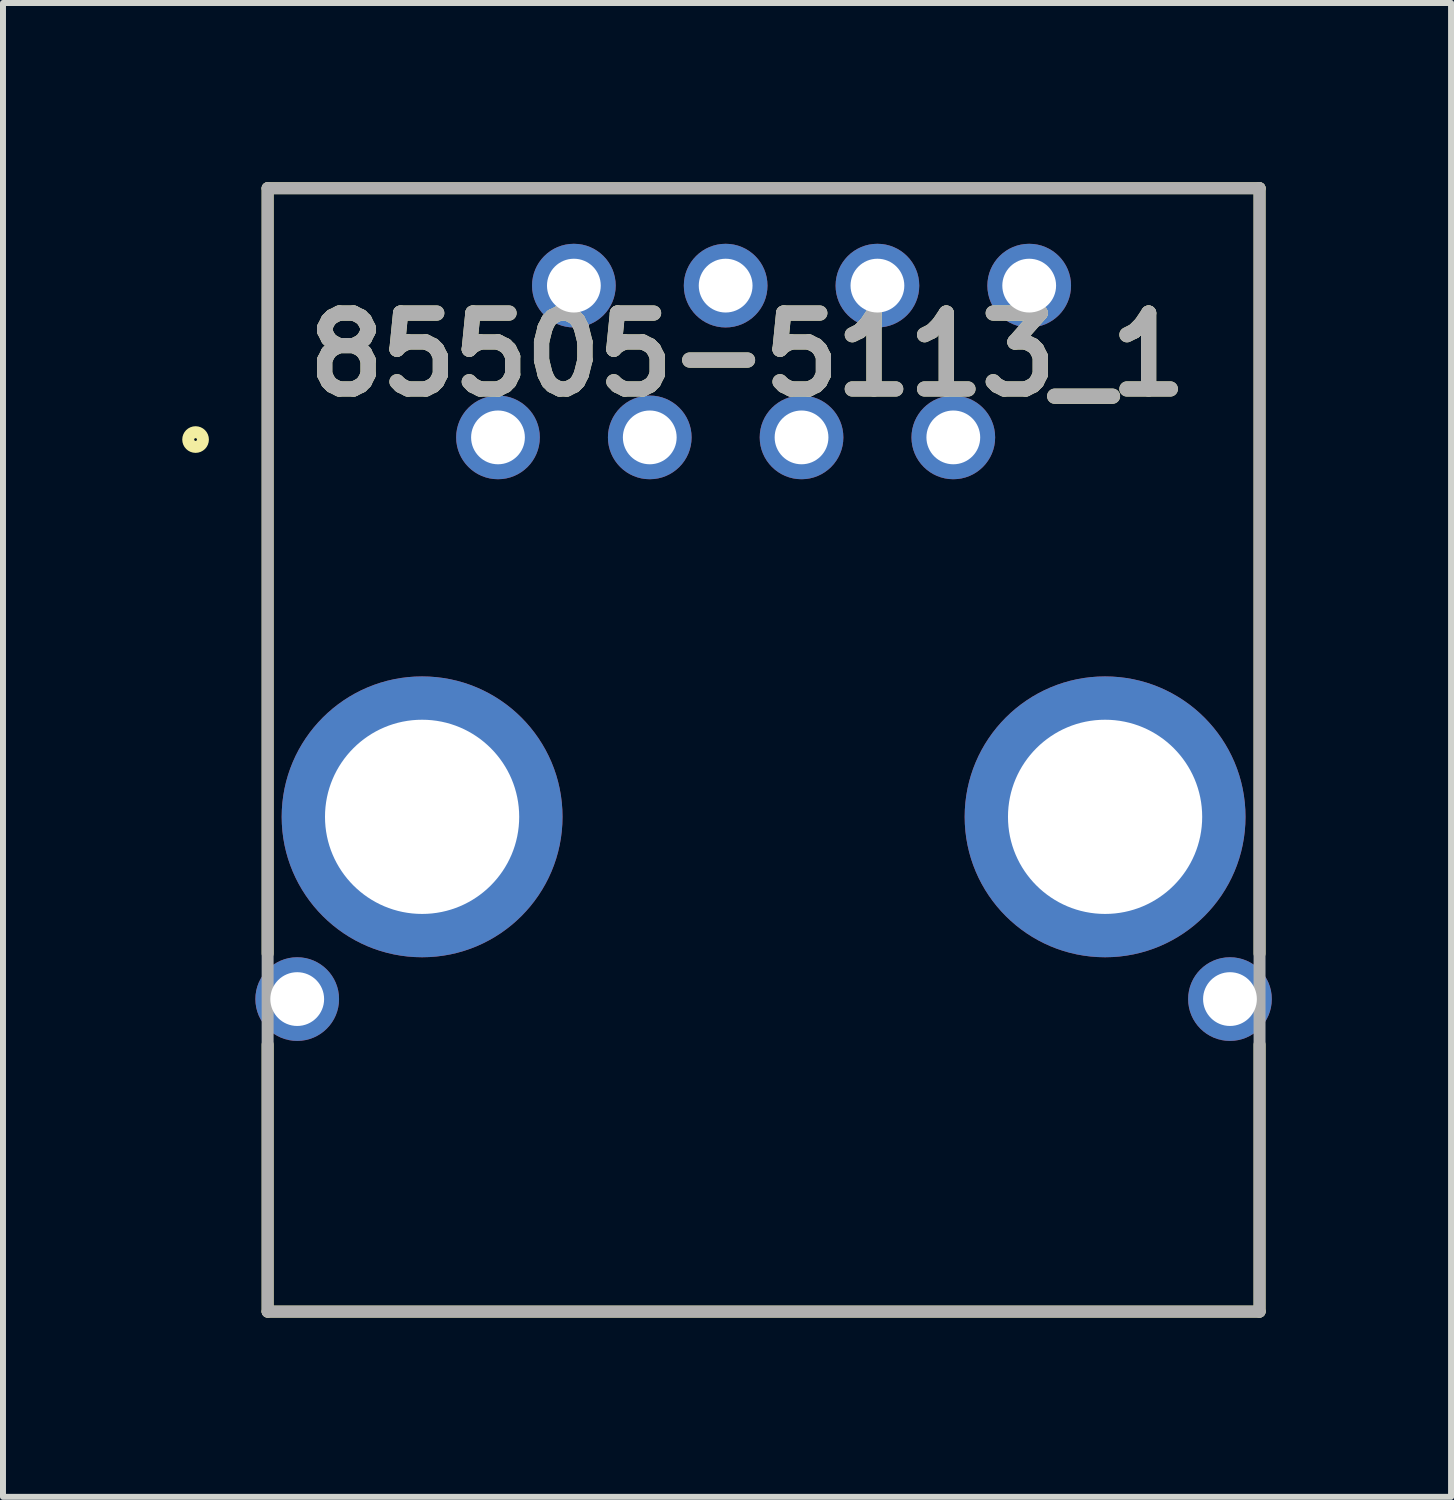
<source format=kicad_pcb>
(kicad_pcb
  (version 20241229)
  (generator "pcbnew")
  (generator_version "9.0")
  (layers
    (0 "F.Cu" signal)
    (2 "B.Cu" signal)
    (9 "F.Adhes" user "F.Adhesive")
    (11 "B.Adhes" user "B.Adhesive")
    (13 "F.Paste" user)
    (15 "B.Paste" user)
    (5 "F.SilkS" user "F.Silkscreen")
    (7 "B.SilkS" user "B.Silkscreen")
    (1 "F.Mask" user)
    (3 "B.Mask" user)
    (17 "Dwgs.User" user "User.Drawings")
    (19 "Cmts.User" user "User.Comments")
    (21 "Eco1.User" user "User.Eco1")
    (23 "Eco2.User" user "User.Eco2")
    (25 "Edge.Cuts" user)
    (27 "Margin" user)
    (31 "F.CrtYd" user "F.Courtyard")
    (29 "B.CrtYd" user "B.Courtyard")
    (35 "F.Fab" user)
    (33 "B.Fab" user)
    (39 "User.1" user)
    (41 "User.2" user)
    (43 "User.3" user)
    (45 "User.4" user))
  (footprint "85505-5113_1"
    (layer "F.Cu")
    (at 9.729 13.67)
    (property "Reference" "85505-5113_1" (at -0.269 -10.785 0) (layer "F.SilkS") (effects (font (size 1.27 1.27) (thickness 0.254))))
    (attr through_hole)
    (fp_line (start -8.3 -13.57) (end -8.3 -0.761) (stroke (width 0.2) (type solid)) (layer "F.SilkS"))
    (fp_line (start -8.3 5.23) (end -8.3 0.761) (stroke (width 0.2) (type solid)) (layer "F.SilkS"))
    (fp_line (start -8.3 5.23) (end 8.3 5.23) (stroke (width 0.2) (type solid)) (layer "F.SilkS"))
    (fp_line (start 8.3 -13.57) (end -8.3 -13.57) (stroke (width 0.2) (type solid)) (layer "F.SilkS"))
    (fp_line (start 8.3 -13.57) (end 8.3 -0.761) (stroke (width 0.2) (type solid)) (layer "F.SilkS"))
    (fp_line (start 8.3 5.23) (end 8.3 0.761) (stroke (width 0.2) (type solid)) (layer "F.SilkS"))
    (fp_circle (center -9.506 -9.364) (end -9.506 -9.241) (stroke (width 0.2) (type solid)) (fill no) (layer "F.SilkS"))
    (fp_line (start -8.3 -13.57) (end 8.3 -13.57) (stroke (width 0.2) (type solid)) (layer "F.Fab"))
    (fp_line (start -8.3 5.23) (end -8.3 -13.57) (stroke (width 0.2) (type solid)) (layer "F.Fab"))
    (fp_line (start 8.3 -13.57) (end 8.3 5.23) (stroke (width 0.2) (type solid)) (layer "F.Fab"))
    (fp_line (start 8.3 5.23) (end -8.3 5.23) (stroke (width 0.2) (type solid)) (layer "F.Fab"))
    (fp_text user "${REFERENCE}" (at -0.269 -10.785 0) (layer "F.Fab") (effects (font (size 1.27 1.27) (thickness 0.254))))
    (pad "1" thru_hole circle (at -4.445 -9.4) (size 1.4 1.4) (drill 0.9) (layers "*.Cu" "*.Mask"))
    (pad "2" thru_hole circle (at -3.175 -11.94) (size 1.4 1.4) (drill 0.9) (layers "*.Cu" "*.Mask"))
    (pad "3" thru_hole circle (at -1.905 -9.4) (size 1.4 1.4) (drill 0.9) (layers "*.Cu" "*.Mask"))
    (pad "4" thru_hole circle (at -0.635 -11.94) (size 1.4 1.4) (drill 0.9) (layers "*.Cu" "*.Mask"))
    (pad "5" thru_hole circle (at 0.635 -9.4) (size 1.4 1.4) (drill 0.9) (layers "*.Cu" "*.Mask"))
    (pad "6" thru_hole circle (at 1.905 -11.94) (size 1.4 1.4) (drill 0.9) (layers "*.Cu" "*.Mask"))
    (pad "7" thru_hole circle (at 3.175 -9.4) (size 1.4 1.4) (drill 0.9) (layers "*.Cu" "*.Mask"))
    (pad "8" thru_hole circle (at 4.445 -11.94) (size 1.4 1.4) (drill 0.9) (layers "*.Cu" "*.Mask"))
    (pad "9" thru_hole circle (at -5.715 -3.05) (size 4.7 4.7) (drill 3.25) (layers "*.Cu" "*.Mask"))
    (pad "10" thru_hole circle (at 5.715 -3.05) (size 4.7 4.7) (drill 3.25) (layers "*.Cu" "*.Mask"))
    (pad "11" thru_hole circle (at -7.805 0) (size 1.4 1.4) (drill 0.9) (layers "*.Cu" "*.Mask"))
    (pad "12" thru_hole circle (at 7.805 0) (size 1.4 1.4) (drill 0.9) (layers "*.Cu" "*.Mask")))
  (gr_rect
    (start -3 -3)
    (end 21.234 22)
    (stroke (width 0.1) (type default))
    (fill no)
    (layer "Edge.Cuts")))
</source>
